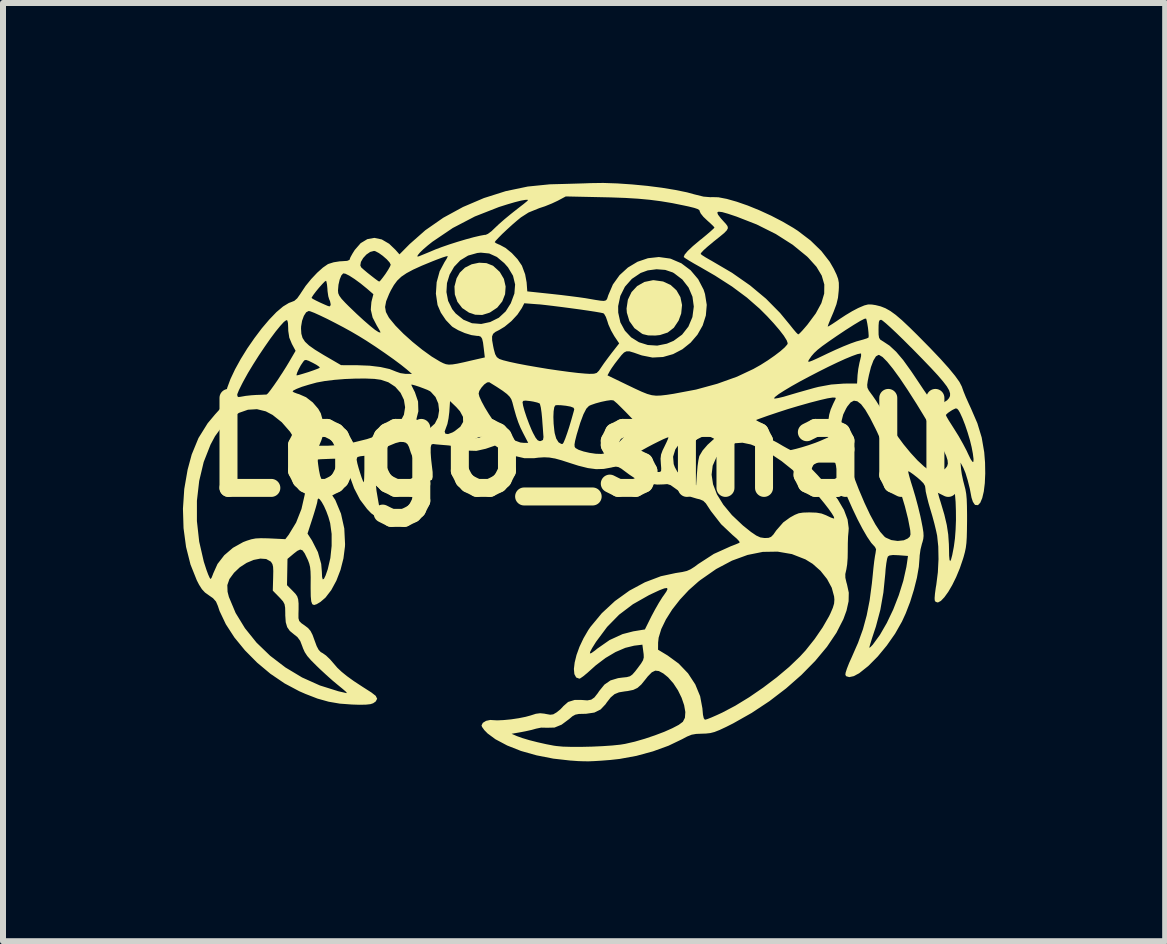
<source format=kicad_pcb>
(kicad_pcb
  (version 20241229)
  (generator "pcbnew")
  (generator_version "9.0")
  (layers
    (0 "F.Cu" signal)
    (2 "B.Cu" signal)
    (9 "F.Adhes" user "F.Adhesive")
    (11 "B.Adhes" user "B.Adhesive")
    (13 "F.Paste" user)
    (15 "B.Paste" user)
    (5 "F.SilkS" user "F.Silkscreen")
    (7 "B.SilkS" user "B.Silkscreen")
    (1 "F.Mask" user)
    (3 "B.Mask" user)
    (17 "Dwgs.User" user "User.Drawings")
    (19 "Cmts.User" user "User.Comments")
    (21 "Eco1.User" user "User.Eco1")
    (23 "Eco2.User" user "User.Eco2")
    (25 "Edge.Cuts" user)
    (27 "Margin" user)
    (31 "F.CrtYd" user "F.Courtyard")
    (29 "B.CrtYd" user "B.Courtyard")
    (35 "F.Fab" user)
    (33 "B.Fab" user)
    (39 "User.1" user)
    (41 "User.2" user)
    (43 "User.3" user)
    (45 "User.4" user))
  (footprint "Logo_small"
    (layer "F.Cu")
    (at 6.688 4.406)
    (property "Reference" "Logo_small" (at 0 0 0) (layer "F.SilkS") (effects (font (size 1.5 1.5) (thickness 0.3))))
    (attr board_only exclude_from_pos_files exclude_from_bom)
    (fp_poly (pts (xy -1.627 -3.069) (xy -1.519 -3.026) (xy -1.514 -3.022) (xy -1.406 -2.923) (xy -1.337 -2.806) (xy -1.308 -2.679) (xy -1.317 -2.551) (xy -1.364 -2.431) (xy -1.448 -2.327) (xy -1.568 -2.247) (xy -1.574 -2.244) (xy -1.698 -2.205) (xy -1.815 -2.209) (xy -1.919 -2.244) (xy -2.032 -2.32) (xy -2.112 -2.424) (xy -2.155 -2.547) (xy -2.161 -2.68) (xy -2.126 -2.815) (xy -2.072 -2.911) (xy -1.986 -2.994) (xy -1.874 -3.05) (xy -1.75 -3.076)) (stroke (width 0) (type solid)) (fill yes) (layer "F.SilkS"))
    (fp_poly (pts (xy 1.317 -2.763) (xy 1.443 -2.705) (xy 1.541 -2.615) (xy 1.606 -2.502) (xy 1.633 -2.371) (xy 1.619 -2.229) (xy 1.576 -2.111) (xy 1.496 -1.991) (xy 1.394 -1.912) (xy 1.265 -1.87) (xy 1.188 -1.862) (xy 1.068 -1.864) (xy 0.981 -1.885) (xy 0.965 -1.893) (xy 0.839 -1.985) (xy 0.755 -2.103) (xy 0.713 -2.243) (xy 0.708 -2.312) (xy 0.73 -2.459) (xy 0.791 -2.586) (xy 0.885 -2.687) (xy 1.005 -2.755) (xy 1.146 -2.784) (xy 1.166 -2.784)) (stroke (width 0) (type solid)) (fill yes) (layer "F.SilkS"))
    (fp_poly (pts (xy 0.554 -4.398) (xy 0.802 -4.381) (xy 1.054 -4.357) (xy 1.297 -4.326) (xy 1.522 -4.289) (xy 1.717 -4.249) (xy 1.837 -4.216) (xy 1.991 -4.178) (xy 2.11 -4.168) (xy 2.131 -4.17) (xy 2.239 -4.167) (xy 2.379 -4.14) (xy 2.545 -4.093) (xy 2.729 -4.029) (xy 2.923 -3.95) (xy 3.119 -3.86) (xy 3.31 -3.761) (xy 3.488 -3.657) (xy 3.565 -3.607) (xy 3.776 -3.446) (xy 3.955 -3.272) (xy 4.095 -3.092) (xy 4.163 -2.974) (xy 4.209 -2.878) (xy 4.235 -2.807) (xy 4.247 -2.742) (xy 4.248 -2.665) (xy 4.245 -2.609) (xy 4.233 -2.492) (xy 4.207 -2.383) (xy 4.161 -2.26) (xy 4.146 -2.224) (xy 4.107 -2.133) (xy 4.078 -2.061) (xy 4.063 -2.018) (xy 4.062 -2.011) (xy 4.084 -2.021) (xy 4.136 -2.053) (xy 4.21 -2.102) (xy 4.256 -2.134) (xy 4.36 -2.202) (xy 4.47 -2.268) (xy 4.567 -2.319) (xy 4.587 -2.328) (xy 4.672 -2.364) (xy 4.735 -2.38) (xy 4.797 -2.379) (xy 4.861 -2.369) (xy 4.945 -2.348) (xy 5.024 -2.317) (xy 5.106 -2.271) (xy 5.197 -2.205) (xy 5.302 -2.115) (xy 5.428 -1.996) (xy 5.555 -1.871) (xy 5.766 -1.657) (xy 5.941 -1.473) (xy 6.08 -1.318) (xy 6.185 -1.19) (xy 6.258 -1.088) (xy 6.298 -1.01) (xy 6.304 -0.992) (xy 6.327 -0.928) (xy 6.365 -0.834) (xy 6.414 -0.725) (xy 6.45 -0.647) (xy 6.557 -0.399) (xy 6.629 -0.162) (xy 6.671 0.082) (xy 6.685 0.256) (xy 6.688 0.437) (xy 6.681 0.599) (xy 6.664 0.738) (xy 6.638 0.848) (xy 6.605 0.926) (xy 6.567 0.966) (xy 6.523 0.963) (xy 6.511 0.954) (xy 6.482 0.91) (xy 6.46 0.843) (xy 6.458 0.834) (xy 6.43 0.688) (xy 6.395 0.549) (xy 6.359 0.431) (xy 6.324 0.346) (xy 6.322 0.342) (xy 6.276 0.256) (xy 6.285 0.366) (xy 6.297 0.45) (xy 6.319 0.554) (xy 6.34 0.635) (xy 6.358 0.705) (xy 6.371 0.779) (xy 6.379 0.866) (xy 6.383 0.978) (xy 6.385 1.123) (xy 6.385 1.221) (xy 6.383 1.381) (xy 6.38 1.503) (xy 6.374 1.598) (xy 6.364 1.677) (xy 6.349 1.749) (xy 6.328 1.827) (xy 6.317 1.863) (xy 6.264 2.019) (xy 6.203 2.166) (xy 6.138 2.298) (xy 6.072 2.411) (xy 6.007 2.501) (xy 5.949 2.562) (xy 5.899 2.589) (xy 5.861 2.578) (xy 5.846 2.554) (xy 5.844 2.515) (xy 5.85 2.441) (xy 5.863 2.345) (xy 5.872 2.293) (xy 5.898 2.086) (xy 5.909 1.867) (xy 5.905 1.655) (xy 5.886 1.474) (xy 5.868 1.389) (xy 5.84 1.273) (xy 5.805 1.144) (xy 5.776 1.047) (xy 5.742 0.93) (xy 5.715 0.823) (xy 5.696 0.739) (xy 5.691 0.693) (xy 5.69 0.686) (xy 5.89 0.686) (xy 5.895 0.743) (xy 5.918 0.831) (xy 5.946 0.921) (xy 6.006 1.123) (xy 6.047 1.297) (xy 6.071 1.456) (xy 6.082 1.617) (xy 6.084 1.692) (xy 6.086 1.809) (xy 6.093 1.879) (xy 6.103 1.9) (xy 6.118 1.872) (xy 6.138 1.797) (xy 6.162 1.672) (xy 6.166 1.649) (xy 6.183 1.521) (xy 6.194 1.374) (xy 6.2 1.218) (xy 6.199 1.061) (xy 6.194 0.912) (xy 6.183 0.78) (xy 6.168 0.674) (xy 6.148 0.603) (xy 6.135 0.581) (xy 6.104 0.579) (xy 6.044 0.59) (xy 6.002 0.603) (xy 5.942 0.624) (xy 5.906 0.649) (xy 5.89 0.686) (xy 5.69 0.686) (xy 5.684 0.646) (xy 5.658 0.601) (xy 5.605 0.548) (xy 5.553 0.503) (xy 5.485 0.45) (xy 5.432 0.413) (xy 5.405 0.4) (xy 5.404 0.4) (xy 5.407 0.426) (xy 5.423 0.489) (xy 5.449 0.579) (xy 5.481 0.681) (xy 5.524 0.826) (xy 5.568 0.99) (xy 5.606 1.147) (xy 5.621 1.218) (xy 5.644 1.336) (xy 5.657 1.419) (xy 5.66 1.479) (xy 5.655 1.529) (xy 5.642 1.581) (xy 5.633 1.608) (xy 5.609 1.704) (xy 5.595 1.804) (xy 5.593 1.84) (xy 5.581 1.994) (xy 5.549 2.177) (xy 5.499 2.376) (xy 5.436 2.579) (xy 5.362 2.771) (xy 5.3 2.906) (xy 5.185 3.109) (xy 5.047 3.306) (xy 4.896 3.489) (xy 4.739 3.647) (xy 4.587 3.768) (xy 4.582 3.771) (xy 4.495 3.817) (xy 4.421 3.833) (xy 4.37 3.818) (xy 4.356 3.796) (xy 4.36 3.76) (xy 4.382 3.691) (xy 4.419 3.597) (xy 4.464 3.497) (xy 4.53 3.346) (xy 4.756 3.346) (xy 4.756 3.346) (xy 4.778 3.329) (xy 4.814 3.291) (xy 4.932 3.129) (xy 5.047 2.93) (xy 5.154 2.706) (xy 5.247 2.467) (xy 5.322 2.227) (xy 5.373 1.997) (xy 5.384 1.926) (xy 5.4 1.813) (xy 5.246 1.801) (xy 5.15 1.797) (xy 5.092 1.805) (xy 5.065 1.822) (xy 5.052 1.86) (xy 5.039 1.934) (xy 5.027 2.033) (xy 5.022 2.106) (xy 4.99 2.423) (xy 4.939 2.712) (xy 4.865 2.99) (xy 4.838 3.071) (xy 4.803 3.178) (xy 4.776 3.265) (xy 4.759 3.324) (xy 4.756 3.346) (xy 4.53 3.346) (xy 4.567 3.262) (xy 4.649 3.035) (xy 4.712 2.802) (xy 4.761 2.552) (xy 4.798 2.272) (xy 4.812 2.137) (xy 4.824 2.014) (xy 4.837 1.902) (xy 4.85 1.814) (xy 4.859 1.766) (xy 4.868 1.701) (xy 4.849 1.662) (xy 4.844 1.657) (xy 4.787 1.594) (xy 4.718 1.492) (xy 4.641 1.359) (xy 4.559 1.202) (xy 4.477 1.03) (xy 4.397 0.85) (xy 4.323 0.669) (xy 4.259 0.495) (xy 4.208 0.336) (xy 4.186 0.256) (xy 4.165 0.172) (xy 4.148 0.108) (xy 4.139 0.078) (xy 4.139 0.078) (xy 4.114 0.082) (xy 4.054 0.099) (xy 3.968 0.126) (xy 3.899 0.149) (xy 3.665 0.228) (xy 3.891 0.463) (xy 4.082 0.676) (xy 4.229 0.869) (xy 4.333 1.046) (xy 4.393 1.206) (xy 4.412 1.351) (xy 4.409 1.404) (xy 4.401 1.488) (xy 4.397 1.6) (xy 4.396 1.716) (xy 4.396 1.737) (xy 4.394 1.848) (xy 4.386 1.954) (xy 4.373 2.035) (xy 4.37 2.048) (xy 4.355 2.115) (xy 4.356 2.177) (xy 4.374 2.255) (xy 4.383 2.285) (xy 4.413 2.425) (xy 4.41 2.568) (xy 4.375 2.725) (xy 4.323 2.867) (xy 4.207 3.094) (xy 4.049 3.328) (xy 3.853 3.563) (xy 3.624 3.796) (xy 3.368 4.021) (xy 3.09 4.234) (xy 2.794 4.43) (xy 2.486 4.604) (xy 2.369 4.663) (xy 2.258 4.715) (xy 2.174 4.748) (xy 2.104 4.766) (xy 2.03 4.774) (xy 1.966 4.776) (xy 1.869 4.78) (xy 1.794 4.793) (xy 1.719 4.823) (xy 1.632 4.869) (xy 1.407 4.977) (xy 1.148 5.071) (xy 0.872 5.146) (xy 0.593 5.197) (xy 0.44 5.214) (xy 0.288 5.226) (xy 0.171 5.233) (xy 0.077 5.237) (xy -0.01 5.236) (xy -0.101 5.233) (xy -0.211 5.225) (xy -0.22 5.225) (xy -0.513 5.192) (xy -0.793 5.137) (xy -1.052 5.064) (xy -1.282 4.973) (xy -1.478 4.869) (xy -1.601 4.778) (xy -1.209 4.778) (xy -1.119 4.817) (xy -1.033 4.848) (xy -0.913 4.884) (xy -0.775 4.919) (xy -0.633 4.951) (xy -0.503 4.976) (xy -0.459 4.982) (xy -0.353 4.992) (xy -0.211 4.996) (xy -0.046 4.996) (xy 0.131 4.992) (xy 0.306 4.984) (xy 0.468 4.973) (xy 0.604 4.959) (xy 0.684 4.946) (xy 0.845 4.909) (xy 1.014 4.86) (xy 1.18 4.804) (xy 1.336 4.745) (xy 1.471 4.685) (xy 1.578 4.629) (xy 1.645 4.579) (xy 1.646 4.579) (xy 1.681 4.511) (xy 1.688 4.415) (xy 1.668 4.301) (xy 1.626 4.178) (xy 1.565 4.053) (xy 1.488 3.936) (xy 1.4 3.836) (xy 1.321 3.772) (xy 1.247 3.732) (xy 1.187 3.725) (xy 1.129 3.753) (xy 1.063 3.82) (xy 1.026 3.867) (xy 0.954 3.956) (xy 0.89 4.013) (xy 0.82 4.046) (xy 0.727 4.065) (xy 0.678 4.071) (xy 0.581 4.087) (xy 0.508 4.117) (xy 0.444 4.171) (xy 0.376 4.258) (xy 0.358 4.285) (xy 0.276 4.372) (xy 0.171 4.424) (xy 0.035 4.444) (xy 0.003 4.445) (xy -0.086 4.447) (xy -0.146 4.459) (xy -0.195 4.486) (xy -0.25 4.533) (xy -0.375 4.626) (xy -0.493 4.674) (xy -0.61 4.677) (xy -0.613 4.677) (xy -0.716 4.675) (xy -0.799 4.692) (xy -0.874 4.713) (xy -0.973 4.735) (xy -1.05 4.75) (xy -1.209 4.778) (xy -1.601 4.778) (xy -1.606 4.775) (xy -1.663 4.717) (xy -1.701 4.664) (xy -1.71 4.638) (xy -1.688 4.595) (xy -1.634 4.562) (xy -1.564 4.547) (xy -1.522 4.55) (xy -1.447 4.554) (xy -1.34 4.549) (xy -1.216 4.537) (xy -1.089 4.518) (xy -0.975 4.495) (xy -0.894 4.473) (xy -0.803 4.444) (xy -0.733 4.435) (xy -0.663 4.442) (xy -0.639 4.447) (xy -0.565 4.46) (xy -0.515 4.454) (xy -0.465 4.425) (xy -0.453 4.417) (xy -0.394 4.369) (xy -0.35 4.322) (xy -0.347 4.318) (xy -0.266 4.247) (xy -0.156 4.213) (xy -0.037 4.214) (xy 0.054 4.221) (xy 0.119 4.209) (xy 0.172 4.172) (xy 0.228 4.101) (xy 0.251 4.066) (xy 0.339 3.958) (xy 0.44 3.888) (xy 0.567 3.85) (xy 0.636 3.841) (xy 0.712 3.833) (xy 0.764 3.819) (xy 0.805 3.79) (xy 0.851 3.738) (xy 0.894 3.682) (xy 0.951 3.605) (xy 0.983 3.551) (xy 0.995 3.505) (xy 0.993 3.451) (xy 0.988 3.414) (xy 0.983 3.376) (xy 1.233 3.376) (xy 1.392 3.472) (xy 1.577 3.607) (xy 1.733 3.77) (xy 1.854 3.955) (xy 1.935 4.152) (xy 1.973 4.356) (xy 1.973 4.359) (xy 1.982 4.46) (xy 1.995 4.518) (xy 2.012 4.541) (xy 2.019 4.543) (xy 2.054 4.533) (xy 2.123 4.506) (xy 2.214 4.466) (xy 2.303 4.425) (xy 2.521 4.31) (xy 2.753 4.168) (xy 2.986 4.008) (xy 3.212 3.837) (xy 3.42 3.662) (xy 3.598 3.491) (xy 3.692 3.389) (xy 3.844 3.198) (xy 3.977 3.004) (xy 4.083 2.82) (xy 4.106 2.773) (xy 4.147 2.678) (xy 4.168 2.607) (xy 4.173 2.54) (xy 4.168 2.487) (xy 4.129 2.343) (xy 4.051 2.198) (xy 3.942 2.061) (xy 3.81 1.944) (xy 3.69 1.87) (xy 3.465 1.782) (xy 3.227 1.741) (xy 2.98 1.745) (xy 2.726 1.796) (xy 2.466 1.891) (xy 2.202 2.031) (xy 1.938 2.215) (xy 1.905 2.241) (xy 1.745 2.383) (xy 1.598 2.541) (xy 1.469 2.706) (xy 1.364 2.872) (xy 1.287 3.031) (xy 1.243 3.175) (xy 1.234 3.257) (xy 1.233 3.376) (xy 0.983 3.376) (xy 0.972 3.292) (xy 0.834 3.309) (xy 0.687 3.345) (xy 0.524 3.415) (xy 0.357 3.514) (xy 0.197 3.635) (xy 0.131 3.694) (xy 0.053 3.764) (xy -0.015 3.82) (xy -0.063 3.853) (xy -0.079 3.859) (xy -0.132 3.839) (xy -0.162 3.783) (xy -0.17 3.697) (xy -0.157 3.589) (xy -0.126 3.463) (xy -0.117 3.439) (xy 0.097 3.439) (xy 0.124 3.431) (xy 0.181 3.39) (xy 0.22 3.358) (xy 0.425 3.215) (xy 0.641 3.116) (xy 0.819 3.07) (xy 1.014 3.038) (xy 1.123 2.818) (xy 1.183 2.706) (xy 1.247 2.594) (xy 1.306 2.5) (xy 1.327 2.471) (xy 1.372 2.406) (xy 1.391 2.364) (xy 1.38 2.347) (xy 1.336 2.354) (xy 1.257 2.384) (xy 1.139 2.439) (xy 1.082 2.466) (xy 0.814 2.618) (xy 0.584 2.792) (xy 0.384 2.996) (xy 0.204 3.238) (xy 0.197 3.248) (xy 0.134 3.349) (xy 0.101 3.412) (xy 0.097 3.439) (xy -0.117 3.439) (xy -0.077 3.328) (xy -0.011 3.188) (xy 0.069 3.05) (xy 0.106 2.996) (xy 0.295 2.768) (xy 0.514 2.565) (xy 0.756 2.391) (xy 1.014 2.252) (xy 1.28 2.151) (xy 1.526 2.098) (xy 1.635 2.081) (xy 1.713 2.063) (xy 1.776 2.035) (xy 1.842 1.993) (xy 1.902 1.948) (xy 2.163 1.779) (xy 2.451 1.649) (xy 2.455 1.648) (xy 2.527 1.62) (xy 2.579 1.598) (xy 2.594 1.589) (xy 2.586 1.568) (xy 2.547 1.526) (xy 2.485 1.472) (xy 2.481 1.469) (xy 2.285 1.284) (xy 2.114 1.064) (xy 2.078 1.009) (xy 2.03 0.936) (xy 1.987 0.894) (xy 1.932 0.87) (xy 1.878 0.857) (xy 1.731 0.813) (xy 1.599 0.744) (xy 1.507 0.678) (xy 1.442 0.632) (xy 1.387 0.615) (xy 1.321 0.62) (xy 1.319 0.62) (xy 1.217 0.623) (xy 1.094 0.607) (xy 0.973 0.576) (xy 0.891 0.544) (xy 0.833 0.509) (xy 0.755 0.457) (xy 0.69 0.409) (xy 0.62 0.357) (xy 0.572 0.331) (xy 0.529 0.324) (xy 0.476 0.333) (xy 0.453 0.339) (xy 0.327 0.362) (xy 0.201 0.366) (xy 0.064 0.348) (xy -0.096 0.308) (xy -0.228 0.266) (xy -0.373 0.219) (xy -0.485 0.188) (xy -0.506 0.185) (xy 0.806 0.185) (xy 0.827 0.223) (xy 0.884 0.269) (xy 0.963 0.318) (xy 1.054 0.362) (xy 1.145 0.396) (xy 1.223 0.413) (xy 1.239 0.414) (xy 1.269 0.411) (xy 1.284 0.394) (xy 1.286 0.351) (xy 1.28 0.275) (xy 1.275 0.19) (xy 1.279 0.158) (xy 1.484 0.158) (xy 1.494 0.281) (xy 1.513 0.333) (xy 1.554 0.408) (xy 1.605 0.468) (xy 1.679 0.523) (xy 1.758 0.571) (xy 1.868 0.634) (xy 1.88 0.458) (xy 2.126 0.458) (xy 2.15 0.618) (xy 2.215 0.786) (xy 2.321 0.958) (xy 2.465 1.132) (xy 2.648 1.305) (xy 2.784 1.414) (xy 2.871 1.473) (xy 2.939 1.504) (xy 3.007 1.514) (xy 3.019 1.514) (xy 3.076 1.511) (xy 3.117 1.495) (xy 3.155 1.457) (xy 3.204 1.387) (xy 3.205 1.386) (xy 3.32 1.254) (xy 3.433 1.172) (xy 3.514 1.127) (xy 3.579 1.101) (xy 3.651 1.09) (xy 3.748 1.087) (xy 3.76 1.087) (xy 3.875 1.091) (xy 3.96 1.106) (xy 4.035 1.135) (xy 4.051 1.143) (xy 4.115 1.173) (xy 4.159 1.188) (xy 4.17 1.187) (xy 4.164 1.16) (xy 4.131 1.105) (xy 4.076 1.027) (xy 4.004 0.934) (xy 3.922 0.834) (xy 3.835 0.732) (xy 3.748 0.637) (xy 3.672 0.559) (xy 3.475 0.378) (xy 3.293 0.232) (xy 3.115 0.113) (xy 2.944 0.021) (xy 2.78 -0.046) (xy 2.64 -0.075) (xy 2.516 -0.066) (xy 2.4 -0.017) (xy 2.309 0.051) (xy 2.204 0.172) (xy 2.144 0.308) (xy 2.126 0.458) (xy 1.88 0.458) (xy 1.883 0.421) (xy 1.892 0.315) (xy 1.905 0.222) (xy 1.919 0.156) (xy 1.924 0.143) (xy 1.976 0.055) (xy 2.059 -0.041) (xy 2.157 -0.13) (xy 2.22 -0.175) (xy 2.281 -0.215) (xy 2.304 -0.24) (xy 2.295 -0.255) (xy 2.281 -0.262) (xy 2.235 -0.271) (xy 2.156 -0.278) (xy 2.059 -0.281) (xy 2.037 -0.281) (xy 1.936 -0.279) (xy 1.867 -0.272) (xy 1.816 -0.255) (xy 1.767 -0.225) (xy 1.744 -0.208) (xy 1.609 -0.087) (xy 1.522 0.035) (xy 1.484 0.158) (xy 1.279 0.158) (xy 1.283 0.123) (xy 1.309 0.052) (xy 1.34 -0.011) (xy 1.376 -0.086) (xy 1.4 -0.141) (xy 1.406 -0.166) (xy 1.381 -0.159) (xy 1.324 -0.135) (xy 1.245 -0.097) (xy 1.153 -0.051) (xy 1.06 -0.002) (xy 0.975 0.045) (xy 0.909 0.085) (xy 0.9 0.091) (xy 0.844 0.135) (xy 0.81 0.173) (xy 0.806 0.185) (xy -0.506 0.185) (xy -0.579 0.172) (xy -0.666 0.168) (xy -0.762 0.174) (xy -0.832 0.183) (xy -0.996 0.183) (xy -1.169 0.143) (xy -1.338 0.066) (xy -1.371 0.046) (xy -1.485 -0.027) (xy -1.64 0.026) (xy -1.795 0.061) (xy -1.93 0.057) (xy -2.039 0.015) (xy -2.086 -0.002) (xy -2.166 -0.018) (xy -2.264 -0.03) (xy -2.287 -0.032) (xy -2.384 -0.04) (xy -2.429 -0.044) (xy -0.16 -0.044) (xy -0.157 -0.007) (xy -0.143 0.014) (xy -0.092 0.043) (xy -0.009 0.071) (xy 0.091 0.094) (xy 0.193 0.109) (xy 0.281 0.112) (xy 0.29 0.112) (xy 0.347 0.103) (xy 0.396 0.083) (xy 0.45 0.044) (xy 0.522 -0.021) (xy 0.551 -0.051) (xy 0.633 -0.135) (xy 0.712 -0.223) (xy 0.772 -0.296) (xy 0.782 -0.31) (xy 0.799 -0.333) (xy 2.613 -0.333) (xy 2.635 -0.321) (xy 2.693 -0.299) (xy 2.776 -0.27) (xy 2.819 -0.256) (xy 2.94 -0.211) (xy 3.076 -0.151) (xy 3.202 -0.086) (xy 3.228 -0.072) (xy 3.316 -0.02) (xy 3.388 0.02) (xy 3.434 0.044) (xy 3.444 0.048) (xy 3.472 0.042) (xy 3.535 0.027) (xy 3.619 0.004) (xy 3.632 0.000287) (xy 3.743 -0.034) (xy 3.857 -0.074) (xy 3.938 -0.106) (xy 4.07 -0.164) (xy 4.07 -0.26) (xy 4.278 -0.26) (xy 4.28 -0.195) (xy 4.29 -0.128) (xy 4.311 -0.047) (xy 4.344 0.058) (xy 4.378 0.159) (xy 4.478 0.441) (xy 4.578 0.699) (xy 4.675 0.928) (xy 4.768 1.125) (xy 4.856 1.287) (xy 4.936 1.41) (xy 5.007 1.49) (xy 5.029 1.507) (xy 5.122 1.548) (xy 5.228 1.563) (xy 5.33 1.552) (xy 5.394 1.523) (xy 5.429 1.493) (xy 5.442 1.455) (xy 5.438 1.391) (xy 5.435 1.371) (xy 5.401 1.194) (xy 5.348 0.983) (xy 5.277 0.748) (xy 5.192 0.498) (xy 5.097 0.241) (xy 4.993 -0.012) (xy 4.886 -0.253) (xy 4.859 -0.309) (xy 4.767 -0.49) (xy 4.688 -0.625) (xy 4.618 -0.717) (xy 4.555 -0.766) (xy 4.498 -0.776) (xy 4.443 -0.746) (xy 4.388 -0.678) (xy 4.367 -0.642) (xy 4.32 -0.545) (xy 4.294 -0.443) (xy 4.282 -0.337) (xy 4.278 -0.26) (xy 4.07 -0.26) (xy 4.071 -0.357) (xy 4.074 -0.459) (xy 4.087 -0.544) (xy 4.111 -0.628) (xy 4.154 -0.727) (xy 4.196 -0.812) (xy 4.189 -0.827) (xy 4.144 -0.828) (xy 4.06 -0.815) (xy 3.934 -0.786) (xy 3.764 -0.742) (xy 3.736 -0.734) (xy 3.57 -0.687) (xy 3.399 -0.636) (xy 3.23 -0.581) (xy 3.069 -0.527) (xy 2.923 -0.475) (xy 2.798 -0.427) (xy 2.7 -0.386) (xy 2.637 -0.354) (xy 2.613 -0.334) (xy 2.613 -0.333) (xy 0.799 -0.333) (xy 0.859 -0.416) (xy 0.692 -0.589) (xy 0.616 -0.665) (xy 0.551 -0.729) (xy 0.503 -0.77) (xy 0.488 -0.781) (xy 0.447 -0.785) (xy 0.375 -0.775) (xy 0.285 -0.756) (xy 0.193 -0.731) (xy 0.115 -0.704) (xy 0.081 -0.688) (xy 0.037 -0.642) (xy -0.011 -0.549) (xy -0.064 -0.407) (xy -0.121 -0.218) (xy -0.126 -0.2) (xy -0.15 -0.105) (xy -0.16 -0.044) (xy -2.429 -0.044) (xy -2.463 -0.047) (xy -2.512 -0.053) (xy -2.518 -0.054) (xy -2.545 -0.044) (xy -2.559 0.003) (xy -2.56 0.09) (xy -2.548 0.22) (xy -2.54 0.289) (xy -2.525 0.414) (xy -2.524 0.497) (xy -2.536 0.543) (xy -2.564 0.555) (xy -2.609 0.54) (xy -2.612 0.538) (xy -2.665 0.492) (xy -2.726 0.413) (xy -2.789 0.312) (xy -2.845 0.201) (xy -2.888 0.093) (xy -2.893 0.078) (xy -2.92 -0.005) (xy -2.945 -0.052) (xy -2.975 -0.076) (xy -3.014 -0.087) (xy -3.07 -0.088) (xy -3.143 -0.069) (xy -3.242 -0.028) (xy -3.277 -0.012) (xy -3.463 0.076) (xy -3.48 0.243) (xy -3.486 0.469) (xy -3.461 0.727) (xy -3.429 0.913) (xy -3.411 1.012) (xy -3.408 1.075) (xy -3.419 1.111) (xy -3.422 1.114) (xy -3.457 1.142) (xy -3.497 1.139) (xy -3.549 1.102) (xy -3.618 1.03) (xy -3.736 0.874) (xy -3.834 0.685) (xy -3.917 0.457) (xy -3.932 0.407) (xy -3.992 0.199) (xy -3.792 0.199) (xy -3.79 0.22) (xy -3.78 0.271) (xy -3.76 0.345) (xy -3.735 0.426) (xy -3.71 0.503) (xy -3.688 0.56) (xy -3.674 0.586) (xy -3.674 0.586) (xy -3.669 0.564) (xy -3.666 0.503) (xy -3.664 0.415) (xy -3.663 0.365) (xy -3.663 0.143) (xy -3.731 0.151) (xy -3.779 0.164) (xy -3.792 0.199) (xy -3.992 0.199) (xy -3.995 0.188) (xy -4.213 0.193) (xy -4.311 0.197) (xy -4.388 0.2) (xy -4.433 0.204) (xy -4.439 0.206) (xy -4.44 0.232) (xy -4.433 0.293) (xy -4.421 0.376) (xy -4.421 0.377) (xy -4.401 0.475) (xy -4.372 0.551) (xy -4.323 0.626) (xy -4.282 0.678) (xy -4.148 0.88) (xy -4.053 1.108) (xy -3.998 1.355) (xy -3.985 1.616) (xy -3.987 1.658) (xy -4.012 1.854) (xy -4.061 2.046) (xy -4.13 2.225) (xy -4.215 2.382) (xy -4.312 2.508) (xy -4.396 2.58) (xy -4.458 2.617) (xy -4.502 2.631) (xy -4.532 2.617) (xy -4.549 2.57) (xy -4.557 2.486) (xy -4.559 2.359) (xy -4.559 2.3) (xy -4.558 2.167) (xy -4.561 2.07) (xy -4.568 1.999) (xy -4.582 1.941) (xy -4.603 1.884) (xy -4.613 1.863) (xy -4.658 1.77) (xy -4.695 1.719) (xy -4.733 1.706) (xy -4.781 1.728) (xy -4.839 1.773) (xy -4.945 1.862) (xy -4.949 2.081) (xy -4.953 2.3) (xy -4.858 2.396) (xy -4.813 2.443) (xy -4.783 2.486) (xy -4.767 2.536) (xy -4.76 2.605) (xy -4.76 2.704) (xy -4.762 2.775) (xy -4.762 2.851) (xy -4.749 2.897) (xy -4.713 2.934) (xy -4.66 2.971) (xy -4.602 3.015) (xy -4.561 3.063) (xy -4.527 3.129) (xy -4.494 3.22) (xy -4.458 3.317) (xy -4.426 3.377) (xy -4.391 3.415) (xy -4.356 3.435) (xy -4.302 3.473) (xy -4.235 3.537) (xy -4.17 3.612) (xy -4.114 3.677) (xy -4.043 3.744) (xy -3.953 3.817) (xy -3.838 3.9) (xy -3.69 3.997) (xy -3.546 4.089) (xy -3.474 4.145) (xy -3.45 4.194) (xy -3.474 4.239) (xy -3.517 4.269) (xy -3.563 4.284) (xy -3.637 4.292) (xy -3.746 4.294) (xy -3.871 4.29) (xy -4.073 4.275) (xy -4.259 4.243) (xy -4.445 4.191) (xy -4.646 4.113) (xy -4.749 4.068) (xy -4.993 3.938) (xy -5.23 3.777) (xy -5.452 3.591) (xy -5.654 3.387) (xy -5.83 3.172) (xy -5.973 2.951) (xy -6.077 2.732) (xy -6.106 2.645) (xy -6.137 2.573) (xy -6.187 2.517) (xy -6.253 2.471) (xy -6.32 2.423) (xy -6.372 2.367) (xy -6.415 2.299) (xy -5.948 2.299) (xy -5.944 2.41) (xy -5.922 2.496) (xy -5.81 2.763) (xy -5.654 3.018) (xy -5.461 3.258) (xy -5.234 3.477) (xy -4.979 3.672) (xy -4.701 3.839) (xy -4.405 3.972) (xy -4.096 4.069) (xy -4.066 4.076) (xy -4.004 4.09) (xy -3.967 4.099) (xy -3.963 4.101) (xy -3.957 4.093) (xy -3.974 4.074) (xy -4.021 4.033) (xy -4.088 3.978) (xy -4.109 3.961) (xy -4.194 3.89) (xy -4.297 3.798) (xy -4.403 3.7) (xy -4.458 3.647) (xy -4.551 3.554) (xy -4.615 3.481) (xy -4.657 3.417) (xy -4.686 3.353) (xy -4.697 3.322) (xy -4.733 3.229) (xy -4.78 3.165) (xy -4.837 3.12) (xy -4.906 3.063) (xy -4.95 3) (xy -4.974 2.918) (xy -4.982 2.804) (xy -4.982 2.765) (xy -4.984 2.676) (xy -4.994 2.618) (xy -5.019 2.571) (xy -5.066 2.518) (xy -5.086 2.497) (xy -5.19 2.391) (xy -5.184 2.173) (xy -5.182 2.065) (xy -5.185 1.994) (xy -5.196 1.949) (xy -5.216 1.917) (xy -5.226 1.905) (xy -5.3 1.864) (xy -5.397 1.857) (xy -5.509 1.879) (xy -5.626 1.928) (xy -5.74 2.002) (xy -5.836 2.093) (xy -5.913 2.198) (xy -5.948 2.299) (xy -6.415 2.299) (xy -6.421 2.289) (xy -6.457 2.219) (xy -6.562 1.956) (xy -6.636 1.663) (xy -6.678 1.35) (xy -6.688 1.025) (xy -6.679 0.893) (xy -6.455 0.893) (xy -6.455 1.232) (xy -6.417 1.574) (xy -6.34 1.909) (xy -6.296 2.045) (xy -6.267 2.123) (xy -6.242 2.178) (xy -6.227 2.198) (xy -6.211 2.177) (xy -6.19 2.125) (xy -6.183 2.105) (xy -6.112 1.947) (xy -5.999 1.801) (xy -5.854 1.677) (xy -5.684 1.582) (xy -5.624 1.559) (xy -5.548 1.535) (xy -5.475 1.521) (xy -5.39 1.517) (xy -5.276 1.519) (xy -5.232 1.521) (xy -4.981 1.533) (xy -4.923 1.457) (xy -4.913 1.44) (xy -4.611 1.44) (xy -4.536 1.556) (xy -4.438 1.749) (xy -4.383 1.945) (xy -4.372 2.077) (xy -4.368 2.164) (xy -4.357 2.204) (xy -4.337 2.195) (xy -4.31 2.139) (xy -4.274 2.036) (xy -4.273 2.032) (xy -4.23 1.847) (xy -4.209 1.645) (xy -4.209 1.446) (xy -4.233 1.269) (xy -4.235 1.26) (xy -4.263 1.162) (xy -4.298 1.067) (xy -4.336 0.982) (xy -4.374 0.914) (xy -4.407 0.869) (xy -4.431 0.854) (xy -4.444 0.876) (xy -4.445 0.892) (xy -4.452 0.93) (xy -4.472 1.002) (xy -4.501 1.099) (xy -4.528 1.185) (xy -4.611 1.44) (xy -4.913 1.44) (xy -4.801 1.256) (xy -4.712 1.03) (xy -4.657 0.789) (xy -4.638 0.544) (xy -4.658 0.305) (xy -4.701 0.131) (xy -4.788 -0.075) (xy -4.903 -0.259) (xy -5.04 -0.416) (xy -5.193 -0.538) (xy -5.307 -0.598) (xy -5.454 -0.634) (xy -5.604 -0.625) (xy -5.753 -0.573) (xy -5.897 -0.48) (xy -6.032 -0.349) (xy -6.153 -0.183) (xy -6.228 -0.043) (xy -6.342 0.247) (xy -6.417 0.562) (xy -6.455 0.893) (xy -6.679 0.893) (xy -6.666 0.697) (xy -6.61 0.374) (xy -6.542 0.122) (xy -6.429 -0.153) (xy -6.276 -0.399) (xy -6.154 -0.545) (xy -6.079 -0.628) (xy -6.03 -0.689) (xy -6.001 -0.739) (xy -5.986 -0.792) (xy -5.979 -0.848) (xy -5.783 -0.848) (xy -5.761 -0.836) (xy -5.714 -0.843) (xy -5.709 -0.844) (xy -5.641 -0.856) (xy -5.548 -0.866) (xy -5.471 -0.871) (xy -5.386 -0.874) (xy -5.323 -0.877) (xy -5.294 -0.878) (xy -5.271 -0.898) (xy -5.245 -0.93) (xy -4.86 -0.93) (xy -4.839 -0.915) (xy -4.785 -0.894) (xy -4.751 -0.884) (xy -4.635 -0.833) (xy -4.524 -0.747) (xy -4.432 -0.64) (xy -4.39 -0.566) (xy -4.355 -0.441) (xy -4.345 -0.301) (xy -4.363 -0.167) (xy -4.381 -0.113) (xy -4.418 -0.024) (xy -4.267 -0.025) (xy -4.18 -0.03) (xy -4.063 -0.044) (xy -3.931 -0.064) (xy -3.826 -0.084) (xy -3.62 -0.135) (xy -3.516 -0.17) (xy -1.929 -0.17) (xy -1.908 -0.153) (xy -1.855 -0.147) (xy -1.785 -0.153) (xy -1.74 -0.162) (xy -1.695 -0.186) (xy -1.692 -0.224) (xy -1.733 -0.28) (xy -1.755 -0.302) (xy -1.825 -0.369) (xy -1.877 -0.281) (xy -1.91 -0.221) (xy -1.928 -0.177) (xy -1.929 -0.17) (xy -3.516 -0.17) (xy -3.434 -0.197) (xy -3.29 -0.261) (xy -2.325 -0.261) (xy -2.312 -0.225) (xy -2.268 -0.219) (xy -2.195 -0.246) (xy -2.157 -0.268) (xy -2.063 -0.342) (xy -2.017 -0.421) (xy -2.019 -0.506) (xy -2.069 -0.599) (xy -2.132 -0.67) (xy -2.235 -0.769) (xy -2.247 -0.586) (xy -2.26 -0.481) (xy -2.279 -0.387) (xy -2.301 -0.327) (xy -2.325 -0.261) (xy -3.29 -0.261) (xy -3.275 -0.268) (xy -3.15 -0.345) (xy -3.066 -0.424) (xy -3.066 -0.424) (xy -3.004 -0.541) (xy -2.984 -0.666) (xy -3.004 -0.791) (xy -3.06 -0.907) (xy -3.148 -1.007) (xy -3.202 -1.043) (xy -2.882 -1.043) (xy -2.872 -1.02) (xy -2.846 -0.967) (xy -2.821 -0.918) (xy -2.768 -0.762) (xy -2.763 -0.599) (xy -2.804 -0.434) (xy -2.82 -0.397) (xy -2.88 -0.269) (xy -2.765 -0.269) (xy -2.652 -0.284) (xy -2.572 -0.317) (xy -2.488 -0.394) (xy -2.436 -0.496) (xy -2.417 -0.612) (xy -2.431 -0.729) (xy -2.477 -0.837) (xy -2.529 -0.894) (xy -1.758 -0.894) (xy -1.745 -0.842) (xy -1.708 -0.761) (xy -1.654 -0.661) (xy -1.588 -0.553) (xy -1.517 -0.447) (xy -1.447 -0.352) (xy -1.412 -0.309) (xy -1.297 -0.199) (xy -1.177 -0.12) (xy -1.061 -0.078) (xy -1.009 -0.073) (xy -0.932 -0.073) (xy -1.015 -0.233) (xy -1.06 -0.324) (xy -1.097 -0.414) (xy -1.132 -0.517) (xy -1.169 -0.646) (xy -1.196 -0.75) (xy -1.026 -0.75) (xy -1.017 -0.693) (xy -0.993 -0.605) (xy -0.958 -0.499) (xy -0.917 -0.389) (xy -0.875 -0.288) (xy -0.851 -0.237) (xy -0.808 -0.158) (xy -0.774 -0.116) (xy -0.742 -0.102) (xy -0.725 -0.102) (xy -0.685 -0.121) (xy -0.677 -0.169) (xy -0.677 -0.171) (xy -0.681 -0.221) (xy -0.687 -0.306) (xy -0.695 -0.411) (xy -0.699 -0.47) (xy -0.702 -0.504) (xy -0.512 -0.504) (xy -0.508 -0.393) (xy -0.496 -0.276) (xy -0.49 -0.234) (xy -0.465 -0.145) (xy -0.426 -0.082) (xy -0.379 -0.054) (xy -0.356 -0.056) (xy -0.34 -0.082) (xy -0.314 -0.144) (xy -0.282 -0.234) (xy -0.25 -0.331) (xy -0.217 -0.441) (xy -0.19 -0.536) (xy -0.171 -0.604) (xy -0.164 -0.634) (xy -0.176 -0.658) (xy -0.225 -0.677) (xy -0.302 -0.691) (xy -0.385 -0.7) (xy -0.451 -0.702) (xy -0.479 -0.698) (xy -0.497 -0.668) (xy -0.508 -0.599) (xy -0.512 -0.504) (xy -0.702 -0.504) (xy -0.709 -0.574) (xy -0.721 -0.66) (xy -0.735 -0.716) (xy -0.742 -0.73) (xy -0.781 -0.745) (xy -0.849 -0.761) (xy -0.898 -0.769) (xy -0.974 -0.777) (xy -1.013 -0.773) (xy -1.025 -0.755) (xy -1.026 -0.75) (xy -1.196 -0.75) (xy -1.196 -0.75) (xy -1.213 -0.798) (xy -1.224 -0.816) (xy 3.165 -0.816) (xy 3.182 -0.811) (xy 3.238 -0.82) (xy 3.326 -0.841) (xy 3.427 -0.871) (xy 3.563 -0.911) (xy 3.708 -0.952) (xy 3.84 -0.989) (xy 3.908 -1.006) (xy 4.086 -1.039) (xy 4.72 -1.039) (xy 4.724 -0.992) (xy 4.746 -0.947) (xy 4.787 -0.89) (xy 4.811 -0.858) (xy 4.87 -0.772) (xy 4.937 -0.664) (xy 5 -0.552) (xy 5.012 -0.529) (xy 5.105 -0.366) (xy 5.211 -0.204) (xy 5.326 -0.048) (xy 5.444 0.095) (xy 5.56 0.221) (xy 5.67 0.323) (xy 5.768 0.396) (xy 5.849 0.434) (xy 5.876 0.439) (xy 5.912 0.426) (xy 5.968 0.395) (xy 5.986 0.383) (xy 6.027 0.351) (xy 6.053 0.316) (xy 6.065 0.273) (xy 6.06 0.217) (xy 6.037 0.144) (xy 5.994 0.05) (xy 5.93 -0.071) (xy 5.843 -0.224) (xy 5.732 -0.412) (xy 5.711 -0.446) (xy 5.657 -0.536) (xy 6.032 -0.536) (xy 6.045 -0.507) (xy 6.079 -0.448) (xy 6.13 -0.368) (xy 6.173 -0.3) (xy 6.246 -0.183) (xy 6.318 -0.055) (xy 6.38 0.063) (xy 6.399 0.105) (xy 6.444 0.198) (xy 6.475 0.244) (xy 6.491 0.243) (xy 6.493 0.196) (xy 6.481 0.103) (xy 6.461 -0.002) (xy 6.433 -0.117) (xy 6.395 -0.244) (xy 6.352 -0.372) (xy 6.307 -0.487) (xy 6.266 -0.576) (xy 6.241 -0.618) (xy 6.218 -0.643) (xy 6.192 -0.646) (xy 6.146 -0.624) (xy 6.121 -0.609) (xy 6.066 -0.572) (xy 6.035 -0.542) (xy 6.032 -0.536) (xy 5.657 -0.536) (xy 5.546 -0.718) (xy 5.396 -0.953) (xy 5.264 -1.15) (xy 5.149 -1.308) (xy 5.053 -1.426) (xy 4.977 -1.503) (xy 4.921 -1.537) (xy 4.909 -1.539) (xy 4.866 -1.515) (xy 4.824 -1.446) (xy 4.783 -1.337) (xy 4.749 -1.202) (xy 4.729 -1.104) (xy 4.72 -1.039) (xy 4.086 -1.039) (xy 4.119 -1.045) (xy 4.333 -1.061) (xy 4.551 -1.062) (xy 4.559 -1.201) (xy 4.571 -1.304) (xy 4.591 -1.408) (xy 4.602 -1.451) (xy 4.618 -1.52) (xy 4.618 -1.559) (xy 4.612 -1.563) (xy 4.557 -1.552) (xy 4.468 -1.52) (xy 4.352 -1.472) (xy 4.216 -1.41) (xy 4.066 -1.338) (xy 3.909 -1.259) (xy 3.751 -1.177) (xy 3.599 -1.096) (xy 3.46 -1.018) (xy 3.341 -0.947) (xy 3.247 -0.887) (xy 3.186 -0.84) (xy 3.165 -0.816) (xy -1.224 -0.816) (xy -1.241 -0.842) (xy -1.286 -0.887) (xy -1.356 -0.94) (xy -1.456 -1.006) (xy -1.582 -1.084) (xy -1.617 -1.08) (xy -1.665 -1.046) (xy -1.711 -0.994) (xy -1.747 -0.938) (xy -1.758 -0.894) (xy -2.529 -0.894) (xy -2.555 -0.923) (xy -2.573 -0.936) (xy -2.613 -0.956) (xy -2.677 -0.981) (xy -2.749 -1.008) (xy -2.817 -1.03) (xy -2.866 -1.043) (xy -2.882 -1.043) (xy -3.202 -1.043) (xy -3.264 -1.083) (xy -3.386 -1.124) (xy -3.496 -1.139) (xy -3.642 -1.145) (xy -3.81 -1.144) (xy -3.987 -1.137) (xy -4.162 -1.123) (xy -4.32 -1.104) (xy -4.45 -1.08) (xy -4.46 -1.078) (xy -4.591 -1.042) (xy -4.705 -1.007) (xy -4.792 -0.973) (xy -4.846 -0.946) (xy -4.86 -0.93) (xy -5.245 -0.93) (xy -5.228 -0.952) (xy -5.17 -1.032) (xy -5.103 -1.129) (xy -5.054 -1.205) (xy -4.795 -1.205) (xy -4.791 -1.197) (xy -4.758 -1.204) (xy -4.693 -1.223) (xy -4.608 -1.249) (xy -4.595 -1.253) (xy -4.509 -1.283) (xy -4.442 -1.308) (xy -4.408 -1.324) (xy -4.406 -1.325) (xy -4.418 -1.343) (xy -4.463 -1.374) (xy -4.52 -1.405) (xy -4.593 -1.441) (xy -4.635 -1.455) (xy -4.661 -1.45) (xy -4.682 -1.427) (xy -4.683 -1.425) (xy -4.723 -1.366) (xy -4.758 -1.301) (xy -4.784 -1.243) (xy -4.795 -1.205) (xy -5.054 -1.205) (xy -5.033 -1.236) (xy -4.965 -1.344) (xy -4.921 -1.417) (xy -4.81 -1.607) (xy -4.872 -1.723) (xy -4.915 -1.827) (xy -4.932 -1.939) (xy -4.933 -1.976) (xy -4.719 -1.976) (xy -4.714 -1.892) (xy -4.694 -1.822) (xy -4.653 -1.759) (xy -4.586 -1.696) (xy -4.487 -1.626) (xy -4.35 -1.542) (xy -4.34 -1.536) (xy -4.051 -1.368) (xy -3.778 -1.367) (xy -3.576 -1.359) (xy -3.394 -1.337) (xy -3.242 -1.303) (xy -3.131 -1.259) (xy -3.062 -1.235) (xy -2.979 -1.223) (xy -2.967 -1.223) (xy -2.87 -1.222) (xy -2.955 -1.296) (xy -3.051 -1.373) (xy -3.177 -1.467) (xy -3.324 -1.571) (xy -3.479 -1.677) (xy -3.632 -1.777) (xy -3.757 -1.854) (xy -3.88 -1.926) (xy -4.014 -2) (xy -4.151 -2.072) (xy -4.282 -2.139) (xy -4.401 -2.196) (xy -4.498 -2.24) (xy -4.566 -2.266) (xy -4.592 -2.271) (xy -4.634 -2.249) (xy -4.672 -2.19) (xy -4.702 -2.107) (xy -4.718 -2.012) (xy -4.719 -1.976) (xy -4.933 -1.976) (xy -4.933 -1.984) (xy -4.937 -2.07) (xy -4.947 -2.112) (xy -4.964 -2.119) (xy -5.005 -2.089) (xy -5.065 -2.023) (xy -5.142 -1.929) (xy -5.23 -1.811) (xy -5.324 -1.676) (xy -5.421 -1.532) (xy -5.515 -1.384) (xy -5.603 -1.239) (xy -5.679 -1.102) (xy -5.704 -1.054) (xy -5.755 -0.951) (xy -5.782 -0.884) (xy -5.783 -0.848) (xy -5.979 -0.848) (xy -5.977 -0.86) (xy -5.976 -0.866) (xy -5.95 -0.99) (xy -5.896 -1.136) (xy -5.819 -1.299) (xy -5.724 -1.471) (xy -5.615 -1.647) (xy -5.496 -1.819) (xy -5.373 -1.982) (xy -5.249 -2.128) (xy -5.13 -2.252) (xy -5.019 -2.346) (xy -4.922 -2.405) (xy -4.889 -2.417) (xy -4.831 -2.44) (xy -4.783 -2.482) (xy -4.778 -2.489) (xy -4.543 -2.489) (xy -4.523 -2.473) (xy -4.472 -2.446) (xy -4.404 -2.413) (xy -4.333 -2.381) (xy -4.275 -2.356) (xy -4.244 -2.347) (xy -4.227 -2.365) (xy -4.225 -2.383) (xy -4.236 -2.436) (xy -4.25 -2.467) (xy -4.265 -2.517) (xy -4.276 -2.594) (xy -4.278 -2.613) (xy -4.103 -2.613) (xy -4.099 -2.568) (xy -4.081 -2.526) (xy -4.044 -2.475) (xy -3.982 -2.408) (xy -3.926 -2.352) (xy -3.793 -2.224) (xy -3.672 -2.113) (xy -3.568 -2.023) (xy -3.486 -1.957) (xy -3.427 -1.919) (xy -3.398 -1.911) (xy -3.395 -1.918) (xy -3.407 -1.944) (xy -3.437 -1.996) (xy -3.454 -2.024) (xy -3.526 -2.163) (xy -3.556 -2.292) (xy -3.553 -2.338) (xy -3.318 -2.338) (xy -3.304 -2.254) (xy -3.258 -2.167) (xy -3.244 -2.147) (xy -3.144 -2.026) (xy -3.012 -1.892) (xy -2.859 -1.755) (xy -2.698 -1.625) (xy -2.54 -1.511) (xy -2.401 -1.427) (xy -2.349 -1.401) (xy -2.304 -1.384) (xy -2.256 -1.377) (xy -2.196 -1.38) (xy -2.114 -1.393) (xy -2.002 -1.417) (xy -1.887 -1.444) (xy -1.655 -1.497) (xy -1.672 -1.642) (xy -1.685 -1.745) (xy -1.7 -1.808) (xy -1.722 -1.842) (xy -1.736 -1.847) (xy -1.534 -1.847) (xy -1.533 -1.783) (xy -1.516 -1.686) (xy -1.506 -1.637) (xy -1.483 -1.552) (xy -1.455 -1.502) (xy -1.414 -1.472) (xy -1.412 -1.471) (xy -1.35 -1.45) (xy -1.247 -1.424) (xy -1.113 -1.395) (xy -0.956 -1.365) (xy -0.783 -1.335) (xy -0.603 -1.305) (xy -0.424 -1.279) (xy -0.255 -1.256) (xy -0.104 -1.238) (xy 0.021 -1.227) (xy 0.088 -1.223) (xy 0.164 -1.225) (xy 0.21 -1.238) (xy 0.247 -1.275) (xy 0.281 -1.325) (xy 0.331 -1.398) (xy 0.398 -1.489) (xy 0.466 -1.579) (xy 0.467 -1.58) (xy 0.585 -1.731) (xy 0.503 -1.853) (xy 0.45 -1.946) (xy 0.405 -2.047) (xy 0.389 -2.099) (xy 0.363 -2.173) (xy 0.334 -2.223) (xy 0.319 -2.234) (xy 0.271 -2.244) (xy 0.184 -2.259) (xy 0.067 -2.277) (xy -0.071 -2.297) (xy -0.219 -2.317) (xy -0.37 -2.337) (xy -0.499 -2.353) (xy 0.568 -2.353) (xy 0.569 -2.244) (xy 0.605 -2.081) (xy 0.68 -1.943) (xy 0.785 -1.831) (xy 0.915 -1.75) (xy 1.062 -1.704) (xy 1.219 -1.694) (xy 1.38 -1.726) (xy 1.493 -1.774) (xy 1.634 -1.877) (xy 1.739 -2.011) (xy 1.806 -2.17) (xy 1.829 -2.345) (xy 1.807 -2.509) (xy 1.742 -2.662) (xy 1.638 -2.796) (xy 1.5 -2.901) (xy 1.478 -2.914) (xy 1.353 -2.956) (xy 1.208 -2.967) (xy 1.061 -2.948) (xy 0.943 -2.905) (xy 0.796 -2.806) (xy 0.681 -2.676) (xy 0.604 -2.522) (xy 0.568 -2.353) (xy -0.499 -2.353) (xy -0.513 -2.355) (xy -0.64 -2.37) (xy -0.74 -2.381) (xy -0.773 -2.383) (xy -0.997 -2.4) (xy -1.038 -2.32) (xy -1.111 -2.211) (xy -1.212 -2.102) (xy -1.325 -2.009) (xy -1.416 -1.954) (xy -1.479 -1.922) (xy -1.517 -1.89) (xy -1.534 -1.847) (xy -1.736 -1.847) (xy -1.755 -1.855) (xy -1.786 -1.856) (xy -1.878 -1.869) (xy -1.989 -1.903) (xy -2.099 -1.951) (xy -2.19 -2.004) (xy -2.205 -2.016) (xy -2.304 -2.119) (xy -2.388 -2.243) (xy -2.442 -2.368) (xy -2.444 -2.377) (xy -2.471 -2.561) (xy -2.469 -2.587) (xy -2.295 -2.587) (xy -2.267 -2.44) (xy -2.199 -2.302) (xy -2.141 -2.23) (xy -2.012 -2.126) (xy -1.869 -2.067) (xy -1.715 -2.055) (xy -1.566 -2.087) (xy -1.421 -2.159) (xy -1.307 -2.265) (xy -1.222 -2.4) (xy -1.162 -2.562) (xy -1.15 -2.714) (xy -1.185 -2.859) (xy -1.269 -2.999) (xy -1.331 -3.069) (xy -1.454 -3.172) (xy -1.582 -3.23) (xy -1.722 -3.244) (xy -1.781 -3.238) (xy -1.934 -3.195) (xy -2.064 -3.116) (xy -2.167 -3.008) (xy -2.242 -2.878) (xy -2.286 -2.736) (xy -2.295 -2.587) (xy -2.469 -2.587) (xy -2.458 -2.751) (xy -2.408 -2.933) (xy -2.328 -3.084) (xy -2.292 -3.141) (xy -2.274 -3.179) (xy -2.275 -3.186) (xy -2.3 -3.182) (xy -2.361 -3.163) (xy -2.447 -3.131) (xy -2.519 -3.103) (xy -2.704 -3.027) (xy -2.849 -2.961) (xy -2.961 -2.901) (xy -3.048 -2.842) (xy -3.116 -2.777) (xy -3.171 -2.703) (xy -3.222 -2.614) (xy -3.251 -2.554) (xy -3.3 -2.434) (xy -3.318 -2.338) (xy -3.553 -2.338) (xy -3.546 -2.419) (xy -3.543 -2.434) (xy -3.513 -2.551) (xy -3.619 -2.643) (xy -3.726 -2.73) (xy -3.827 -2.804) (xy -3.914 -2.86) (xy -3.98 -2.893) (xy -4.016 -2.898) (xy -4.047 -2.864) (xy -4.075 -2.796) (xy -4.095 -2.708) (xy -4.103 -2.615) (xy -4.103 -2.613) (xy -4.278 -2.613) (xy -4.279 -2.638) (xy -4.286 -2.711) (xy -4.296 -2.762) (xy -4.303 -2.775) (xy -4.324 -2.762) (xy -4.364 -2.721) (xy -4.416 -2.663) (xy -4.468 -2.6) (xy -4.512 -2.542) (xy -4.539 -2.5) (xy -4.543 -2.489) (xy -4.778 -2.489) (xy -4.732 -2.554) (xy -4.718 -2.576) (xy -4.642 -2.69) (xy -4.549 -2.804) (xy -4.45 -2.909) (xy -4.354 -2.995) (xy -4.302 -3.031) (xy -3.731 -3.031) (xy -3.716 -2.998) (xy -3.677 -2.963) (xy -3.618 -2.913) (xy -3.55 -2.859) (xy -3.487 -2.81) (xy -3.438 -2.774) (xy -3.416 -2.761) (xy -3.395 -2.779) (xy -3.357 -2.827) (xy -3.312 -2.888) (xy -3.266 -2.959) (xy -3.234 -3.016) (xy -3.224 -3.044) (xy -3.243 -3.081) (xy -3.29 -3.133) (xy -3.342 -3.178) (xy -2.78 -3.178) (xy -2.754 -3.183) (xy -2.72 -3.197) (xy -2.651 -3.225) (xy -2.559 -3.263) (xy -2.479 -3.297) (xy -2.373 -3.337) (xy -2.246 -3.381) (xy -2.127 -3.419) (xy -1.49 -3.419) (xy -1.469 -3.402) (xy -1.419 -3.379) (xy -1.407 -3.375) (xy -1.309 -3.322) (xy -1.205 -3.237) (xy -1.11 -3.135) (xy -1.038 -3.029) (xy -1.034 -3.02) (xy -0.983 -2.883) (xy -0.958 -2.747) (xy -0.947 -2.598) (xy -0.54 -2.555) (xy -0.386 -2.538) (xy -0.232 -2.519) (xy -0.092 -2.501) (xy 0.02 -2.485) (xy 0.061 -2.478) (xy 0.188 -2.456) (xy 0.275 -2.443) (xy 0.33 -2.439) (xy 0.363 -2.448) (xy 0.382 -2.469) (xy 0.394 -2.504) (xy 0.403 -2.533) (xy 0.48 -2.713) (xy 0.592 -2.869) (xy 0.731 -2.996) (xy 0.891 -3.092) (xy 1.065 -3.151) (xy 1.247 -3.171) (xy 1.429 -3.146) (xy 1.445 -3.142) (xy 1.622 -3.066) (xy 1.776 -2.95) (xy 1.902 -2.801) (xy 1.993 -2.626) (xy 2.016 -2.554) (xy 2.045 -2.373) (xy 2.03 -2.196) (xy 1.977 -2.029) (xy 1.89 -1.876) (xy 1.776 -1.743) (xy 1.639 -1.633) (xy 1.484 -1.552) (xy 1.316 -1.504) (xy 1.141 -1.495) (xy 0.964 -1.53) (xy 0.94 -1.538) (xy 0.832 -1.576) (xy 0.758 -1.598) (xy 0.707 -1.599) (xy 0.666 -1.579) (xy 0.624 -1.536) (xy 0.575 -1.474) (xy 0.513 -1.394) (xy 0.46 -1.319) (xy 0.426 -1.265) (xy 0.426 -1.264) (xy 0.39 -1.198) (xy 0.702 -1.047) (xy 0.85 -0.976) (xy 0.963 -0.924) (xy 1.053 -0.888) (xy 1.13 -0.867) (xy 1.202 -0.859) (xy 1.281 -0.862) (xy 1.377 -0.873) (xy 1.494 -0.891) (xy 1.866 -0.961) (xy 2.221 -1.058) (xy 2.55 -1.176) (xy 2.822 -1.304) (xy 2.943 -1.372) (xy 3.044 -1.436) (xy 3.737 -1.436) (xy 3.739 -1.425) (xy 3.76 -1.427) (xy 3.808 -1.445) (xy 3.886 -1.48) (xy 4 -1.534) (xy 4.058 -1.562) (xy 4.192 -1.624) (xy 4.325 -1.682) (xy 4.445 -1.73) (xy 4.538 -1.763) (xy 4.567 -1.771) (xy 4.65 -1.794) (xy 4.713 -1.814) (xy 4.742 -1.828) (xy 4.745 -1.856) (xy 4.741 -1.916) (xy 4.736 -1.965) (xy 4.909 -1.965) (xy 4.91 -1.878) (xy 4.918 -1.826) (xy 4.937 -1.795) (xy 4.974 -1.771) (xy 4.987 -1.763) (xy 5.093 -1.693) (xy 5.203 -1.591) (xy 5.32 -1.453) (xy 5.448 -1.275) (xy 5.476 -1.234) (xy 5.58 -1.079) (xy 5.66 -0.959) (xy 5.721 -0.871) (xy 5.766 -0.809) (xy 5.799 -0.769) (xy 5.826 -0.746) (xy 5.848 -0.735) (xy 5.871 -0.732) (xy 5.899 -0.733) (xy 5.907 -0.733) (xy 6.003 -0.751) (xy 6.052 -0.782) (xy 6.083 -0.817) (xy 6.101 -0.854) (xy 6.102 -0.897) (xy 6.085 -0.95) (xy 6.047 -1.015) (xy 5.985 -1.096) (xy 5.898 -1.198) (xy 5.783 -1.322) (xy 5.638 -1.473) (xy 5.46 -1.655) (xy 5.447 -1.667) (xy 5.325 -1.789) (xy 5.211 -1.9) (xy 5.112 -1.993) (xy 5.032 -2.065) (xy 4.977 -2.11) (xy 4.952 -2.125) (xy 4.928 -2.118) (xy 4.915 -2.09) (xy 4.91 -2.031) (xy 4.909 -1.965) (xy 4.736 -1.965) (xy 4.733 -1.992) (xy 4.721 -2.066) (xy 4.709 -2.123) (xy 4.701 -2.145) (xy 4.672 -2.14) (xy 4.606 -2.106) (xy 4.501 -2.043) (xy 4.358 -1.952) (xy 4.213 -1.855) (xy 4.075 -1.76) (xy 3.97 -1.685) (xy 3.893 -1.624) (xy 3.836 -1.571) (xy 3.791 -1.519) (xy 3.752 -1.463) (xy 3.75 -1.46) (xy 3.737 -1.436) (xy 3.044 -1.436) (xy 3.063 -1.448) (xy 3.175 -1.526) (xy 3.271 -1.599) (xy 3.344 -1.663) (xy 3.387 -1.712) (xy 3.395 -1.733) (xy 3.378 -1.782) (xy 3.33 -1.859) (xy 3.256 -1.955) (xy 3.161 -2.066) (xy 3.051 -2.185) (xy 2.931 -2.305) (xy 2.928 -2.308) (xy 2.714 -2.495) (xy 2.468 -2.678) (xy 2.183 -2.861) (xy 1.936 -3.004) (xy 1.833 -3.062) (xy 1.747 -3.113) (xy 1.687 -3.151) (xy 1.661 -3.171) (xy 1.661 -3.172) (xy 1.677 -3.212) (xy 1.686 -3.222) (xy 1.943 -3.222) (xy 1.969 -3.201) (xy 2.027 -3.164) (xy 2.105 -3.119) (xy 2.12 -3.111) (xy 2.466 -2.908) (xy 2.768 -2.697) (xy 3.033 -2.476) (xy 3.267 -2.239) (xy 3.427 -2.045) (xy 3.486 -1.971) (xy 3.535 -1.913) (xy 3.566 -1.883) (xy 3.571 -1.881) (xy 3.594 -1.898) (xy 3.639 -1.945) (xy 3.698 -2.013) (xy 3.725 -2.045) (xy 3.863 -2.231) (xy 3.956 -2.402) (xy 4.003 -2.561) (xy 4.005 -2.713) (xy 3.962 -2.861) (xy 3.874 -3.008) (xy 3.74 -3.157) (xy 3.718 -3.179) (xy 3.478 -3.375) (xy 3.197 -3.554) (xy 2.877 -3.714) (xy 2.544 -3.844) (xy 2.401 -3.892) (xy 2.302 -3.92) (xy 2.242 -3.927) (xy 2.22 -3.913) (xy 2.233 -3.877) (xy 2.279 -3.817) (xy 2.322 -3.769) (xy 2.365 -3.722) (xy 2.391 -3.686) (xy 2.398 -3.653) (xy 2.38 -3.617) (xy 2.336 -3.571) (xy 2.261 -3.509) (xy 2.152 -3.422) (xy 2.146 -3.416) (xy 2.061 -3.346) (xy 1.994 -3.286) (xy 1.953 -3.242) (xy 1.943 -3.222) (xy 1.686 -3.222) (xy 1.727 -3.271) (xy 1.814 -3.353) (xy 1.939 -3.458) (xy 1.953 -3.468) (xy 2.04 -3.54) (xy 2.11 -3.6) (xy 2.157 -3.643) (xy 2.174 -3.661) (xy 2.157 -3.683) (xy 2.112 -3.727) (xy 2.052 -3.781) (xy 1.989 -3.841) (xy 1.945 -3.896) (xy 1.929 -3.93) (xy 1.922 -3.952) (xy 1.893 -3.971) (xy 1.837 -3.99) (xy 1.744 -4.013) (xy 1.669 -4.029) (xy 1.468 -4.07) (xy 1.281 -4.101) (xy 1.096 -4.125) (xy 0.902 -4.143) (xy 0.689 -4.156) (xy 0.443 -4.165) (xy 0.305 -4.168) (xy -0.305 -4.181) (xy -0.44 -4.109) (xy -0.536 -4.064) (xy -0.652 -4.017) (xy -0.749 -3.985) (xy -0.926 -3.913) (xy -1.054 -3.831) (xy -1.122 -3.775) (xy -1.202 -3.706) (xy -1.285 -3.63) (xy -1.364 -3.556) (xy -1.429 -3.49) (xy -1.474 -3.442) (xy -1.49 -3.419) (xy -2.127 -3.419) (xy -2.108 -3.425) (xy -1.97 -3.466) (xy -1.842 -3.501) (xy -1.735 -3.526) (xy -1.659 -3.54) (xy -1.64 -3.541) (xy -1.602 -3.558) (xy -1.544 -3.601) (xy -1.489 -3.654) (xy -1.421 -3.718) (xy -1.329 -3.799) (xy -1.227 -3.883) (xy -1.172 -3.927) (xy -1.085 -3.995) (xy -1.01 -4.053) (xy -0.959 -4.095) (xy -0.94 -4.111) (xy -0.939 -4.125) (xy -0.979 -4.124) (xy -1.053 -4.111) (xy -1.156 -4.085) (xy -1.282 -4.048) (xy -1.421 -4.004) (xy -1.821 -3.847) (xy -2.189 -3.655) (xy -2.528 -3.426) (xy -2.606 -3.364) (xy -2.683 -3.298) (xy -2.74 -3.242) (xy -2.774 -3.2) (xy -2.78 -3.178) (xy -3.342 -3.178) (xy -3.354 -3.189) (xy -3.421 -3.237) (xy -3.478 -3.267) (xy -3.501 -3.273) (xy -3.566 -3.256) (xy -3.63 -3.212) (xy -3.684 -3.153) (xy -3.721 -3.089) (xy -3.731 -3.031) (xy -4.302 -3.031) (xy -4.273 -3.051) (xy -4.262 -3.056) (xy -4.176 -3.083) (xy -4.075 -3.099) (xy -4.036 -3.101) (xy -3.95 -3.107) (xy -3.911 -3.123) (xy -3.908 -3.133) (xy -3.895 -3.168) (xy -3.861 -3.229) (xy -3.824 -3.288) (xy -3.725 -3.402) (xy -3.614 -3.469) (xy -3.496 -3.49) (xy -3.373 -3.464) (xy -3.25 -3.392) (xy -3.145 -3.291) (xy -3.078 -3.215) (xy -2.909 -3.386) (xy -2.646 -3.618) (xy -2.347 -3.826) (xy -2.019 -4.005) (xy -1.67 -4.154) (xy -1.307 -4.269) (xy -0.939 -4.346) (xy -0.572 -4.383) (xy -0.501 -4.385) (xy -0.343 -4.389) (xy -0.167 -4.394) (xy 0.003 -4.399) (xy 0.11 -4.403) (xy 0.319 -4.406)) (stroke (width 0) (type solid)) (fill yes) (layer "F.SilkS")))
  (gr_rect
    (start -3 -3)
    (end 16.376 12.642)
    (stroke (width 0.1) (type default))
    (fill no)
    (layer "Edge.Cuts")))
</source>
